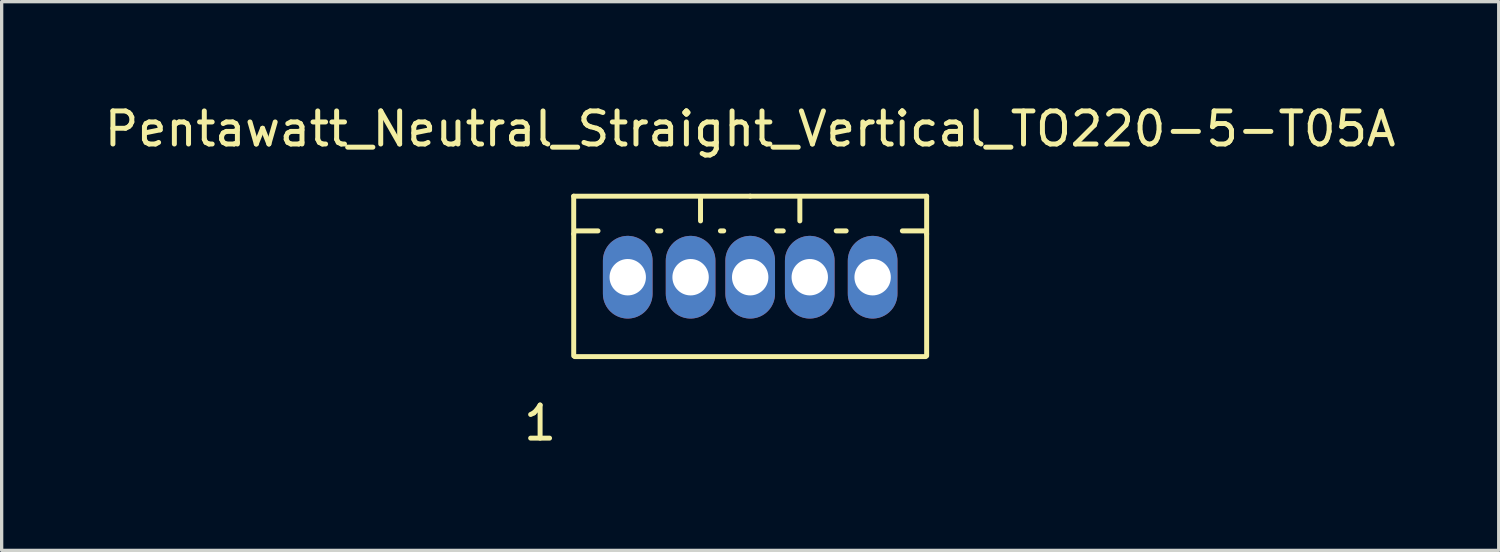
<source format=kicad_pcb>
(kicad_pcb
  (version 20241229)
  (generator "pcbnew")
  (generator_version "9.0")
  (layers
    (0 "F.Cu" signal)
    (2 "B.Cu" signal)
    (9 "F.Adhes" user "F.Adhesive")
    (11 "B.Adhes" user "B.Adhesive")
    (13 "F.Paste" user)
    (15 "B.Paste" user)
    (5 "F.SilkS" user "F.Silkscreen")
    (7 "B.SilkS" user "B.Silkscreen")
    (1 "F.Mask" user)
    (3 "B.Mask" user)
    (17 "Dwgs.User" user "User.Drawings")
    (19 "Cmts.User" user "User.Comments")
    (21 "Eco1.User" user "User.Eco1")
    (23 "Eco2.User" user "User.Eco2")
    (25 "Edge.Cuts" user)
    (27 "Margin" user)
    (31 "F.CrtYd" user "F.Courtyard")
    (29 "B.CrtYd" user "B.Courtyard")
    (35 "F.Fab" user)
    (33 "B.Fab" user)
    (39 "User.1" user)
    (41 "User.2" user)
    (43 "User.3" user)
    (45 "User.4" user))
  (footprint "Pentawatt_Neutral_Straight_Vertical_TO220-5-T05A"
    (layer "F.Cu")
    (at 19.625 5.928)
    (property "Reference" "Pentawatt_Neutral_Straight_Vertical_TO220-5-T05A" (at 0 -5.08 0) (layer "F.SilkS") (effects (font (size 1 1) (thickness 0.15))))
    (attr through_hole)
    (fp_line (start -5.334 -1.905) (end -5.334 -3.048) (stroke (width 0.15) (type solid)) (layer "F.SilkS"))
    (fp_line (start -5.334 1.778) (end -5.334 -1.905) (stroke (width 0.15) (type solid)) (layer "F.SilkS"))
    (fp_line (start -5.301 -1.999) (end -4.6 -1.999) (stroke (width 0.15) (type solid)) (layer "F.SilkS"))
    (fp_line (start -5.301 1.801) (end 5.301 1.801) (stroke (width 0.15) (type solid)) (layer "F.SilkS"))
    (fp_line (start -2.799 -1.999) (end -2.7 -1.999) (stroke (width 0.15) (type solid)) (layer "F.SilkS"))
    (fp_line (start -1.501 -3) (end -1.501 -2.301) (stroke (width 0.15) (type solid)) (layer "F.SilkS"))
    (fp_line (start -0.899 -1.999) (end -0.8 -1.999) (stroke (width 0.15) (type solid)) (layer "F.SilkS"))
    (fp_line (start 0 -3.048) (end -5.334 -3.048) (stroke (width 0.15) (type solid)) (layer "F.SilkS"))
    (fp_line (start 0 -3.048) (end 5.334 -3.048) (stroke (width 0.15) (type solid)) (layer "F.SilkS"))
    (fp_line (start 0.8 -1.999) (end 1.001 -1.999) (stroke (width 0.15) (type solid)) (layer "F.SilkS"))
    (fp_line (start 1.501 -3) (end 1.501 -2.301) (stroke (width 0.15) (type solid)) (layer "F.SilkS"))
    (fp_line (start 2.601 -1.999) (end 2.901 -1.999) (stroke (width 0.15) (type solid)) (layer "F.SilkS"))
    (fp_line (start 4.6 -1.999) (end 5.301 -1.999) (stroke (width 0.15) (type solid)) (layer "F.SilkS"))
    (fp_line (start 5.334 -3.048) (end 5.334 -1.905) (stroke (width 0.15) (type solid)) (layer "F.SilkS"))
    (fp_line (start 5.334 -1.905) (end 5.334 1.778) (stroke (width 0.15) (type solid)) (layer "F.SilkS"))
    (fp_text user "1" (at -6.35 3.81 0) (layer "F.SilkS") (effects (font (size 1 1) (thickness 0.15))))
    (pad "1" thru_hole oval (at -3.701 -0.599 90) (size 2.499 1.501) (drill 1.1) (layers "*.Cu" "*.Mask"))
    (pad "2" thru_hole oval (at -1.801 -0.599 90) (size 2.499 1.501) (drill 1.1) (layers "*.Cu" "*.Mask"))
    (pad "3" thru_hole oval (at 0 -0.599 90) (size 2.499 1.501) (drill 1.1) (layers "*.Cu" "*.Mask"))
    (pad "4" thru_hole oval (at 1.801 -0.599 90) (size 2.499 1.501) (drill 1.1) (layers "*.Cu" "*.Mask"))
    (pad "5" thru_hole oval (at 3.701 -0.599 90) (size 2.499 1.501) (drill 1.1) (layers "*.Cu" "*.Mask")))
  (gr_rect
    (start -3 -3)
    (end 42.25 13.586)
    (stroke (width 0.1) (type default))
    (fill no)
    (layer "Edge.Cuts")))
</source>
